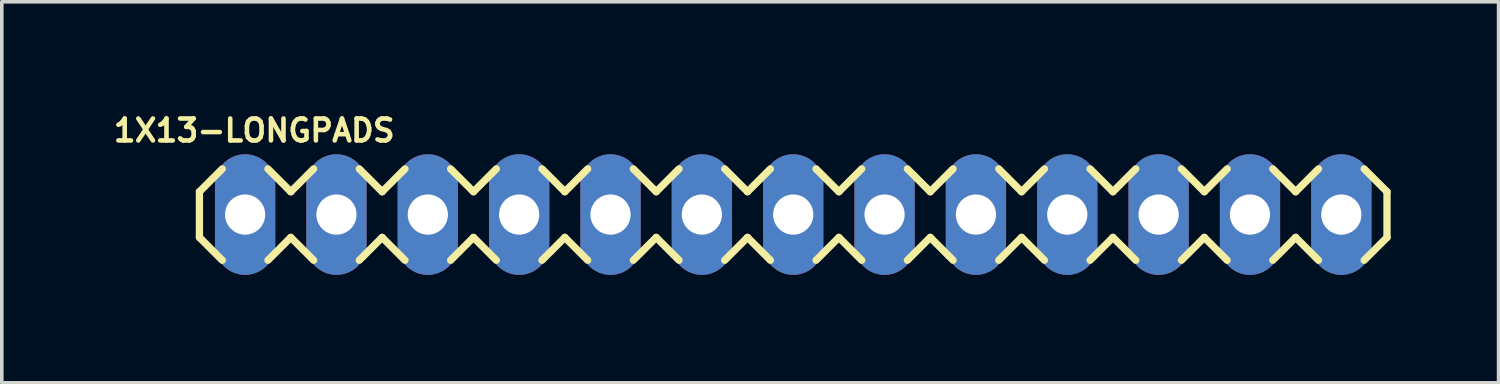
<source format=kicad_pcb>
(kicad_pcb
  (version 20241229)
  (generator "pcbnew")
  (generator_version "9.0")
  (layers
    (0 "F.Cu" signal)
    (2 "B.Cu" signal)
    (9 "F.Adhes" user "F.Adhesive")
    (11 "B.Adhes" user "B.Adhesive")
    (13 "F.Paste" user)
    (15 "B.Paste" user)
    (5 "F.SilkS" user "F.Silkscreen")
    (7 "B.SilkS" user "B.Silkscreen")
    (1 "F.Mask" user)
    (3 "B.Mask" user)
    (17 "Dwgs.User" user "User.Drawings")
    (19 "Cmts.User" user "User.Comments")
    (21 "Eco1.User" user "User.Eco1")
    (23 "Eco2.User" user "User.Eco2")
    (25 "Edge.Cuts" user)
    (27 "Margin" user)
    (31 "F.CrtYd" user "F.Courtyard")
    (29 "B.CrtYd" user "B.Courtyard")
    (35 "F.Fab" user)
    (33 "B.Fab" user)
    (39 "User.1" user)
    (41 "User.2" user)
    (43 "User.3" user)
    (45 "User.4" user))
  (footprint "1X13-LONGPADS"
    (layer "F.Cu")
    (at 3.765 2.916)
    (property "Reference" "1X13-LONGPADS" (at 0.254 -2.337 0) (layer "F.SilkS") (effects (font (size 0.61 0.61) (thickness 0.127))))
    (attr exclude_from_pos_files exclude_from_bom)
    (fp_line (start -1.27 -0.635) (end -1.27 0.635) (stroke (width 0.203) (type solid)) (layer "F.SilkS"))
    (fp_line (start -1.27 0.635) (end -0.635 1.27) (stroke (width 0.203) (type solid)) (layer "F.SilkS"))
    (fp_line (start -0.635 -1.27) (end -1.27 -0.635) (stroke (width 0.203) (type solid)) (layer "F.SilkS"))
    (fp_line (start 0.635 -1.27) (end 1.27 -0.635) (stroke (width 0.203) (type solid)) (layer "F.SilkS"))
    (fp_line (start 1.27 -0.635) (end 1.905 -1.27) (stroke (width 0.203) (type solid)) (layer "F.SilkS"))
    (fp_line (start 1.27 0.635) (end 0.635 1.27) (stroke (width 0.203) (type solid)) (layer "F.SilkS"))
    (fp_line (start 1.905 1.27) (end 1.27 0.635) (stroke (width 0.203) (type solid)) (layer "F.SilkS"))
    (fp_line (start 3.175 -1.27) (end 3.81 -0.635) (stroke (width 0.203) (type solid)) (layer "F.SilkS"))
    (fp_line (start 3.81 -0.635) (end 4.445 -1.27) (stroke (width 0.203) (type solid)) (layer "F.SilkS"))
    (fp_line (start 3.81 0.635) (end 3.175 1.27) (stroke (width 0.203) (type solid)) (layer "F.SilkS"))
    (fp_line (start 4.445 1.27) (end 3.81 0.635) (stroke (width 0.203) (type solid)) (layer "F.SilkS"))
    (fp_line (start 5.715 -1.27) (end 6.35 -0.635) (stroke (width 0.203) (type solid)) (layer "F.SilkS"))
    (fp_line (start 6.35 0.635) (end 5.715 1.27) (stroke (width 0.203) (type solid)) (layer "F.SilkS"))
    (fp_line (start 6.35 0.635) (end 6.985 1.27) (stroke (width 0.203) (type solid)) (layer "F.SilkS"))
    (fp_line (start 6.985 -1.27) (end 6.35 -0.635) (stroke (width 0.203) (type solid)) (layer "F.SilkS"))
    (fp_line (start 8.255 -1.27) (end 8.89 -0.635) (stroke (width 0.203) (type solid)) (layer "F.SilkS"))
    (fp_line (start 8.89 -0.635) (end 9.525 -1.27) (stroke (width 0.203) (type solid)) (layer "F.SilkS"))
    (fp_line (start 8.89 0.635) (end 8.255 1.27) (stroke (width 0.203) (type solid)) (layer "F.SilkS"))
    (fp_line (start 9.525 1.27) (end 8.89 0.635) (stroke (width 0.203) (type solid)) (layer "F.SilkS"))
    (fp_line (start 10.795 -1.27) (end 11.43 -0.635) (stroke (width 0.203) (type solid)) (layer "F.SilkS"))
    (fp_line (start 11.43 -0.635) (end 12.065 -1.27) (stroke (width 0.203) (type solid)) (layer "F.SilkS"))
    (fp_line (start 11.43 0.635) (end 10.795 1.27) (stroke (width 0.203) (type solid)) (layer "F.SilkS"))
    (fp_line (start 12.065 1.27) (end 11.43 0.635) (stroke (width 0.203) (type solid)) (layer "F.SilkS"))
    (fp_line (start 13.335 -1.27) (end 13.97 -0.635) (stroke (width 0.203) (type solid)) (layer "F.SilkS"))
    (fp_line (start 13.97 0.635) (end 13.335 1.27) (stroke (width 0.203) (type solid)) (layer "F.SilkS"))
    (fp_line (start 13.97 0.635) (end 14.605 1.27) (stroke (width 0.203) (type solid)) (layer "F.SilkS"))
    (fp_line (start 14.605 -1.27) (end 13.97 -0.635) (stroke (width 0.203) (type solid)) (layer "F.SilkS"))
    (fp_line (start 15.875 -1.27) (end 16.51 -0.635) (stroke (width 0.203) (type solid)) (layer "F.SilkS"))
    (fp_line (start 16.51 0.635) (end 15.875 1.27) (stroke (width 0.203) (type solid)) (layer "F.SilkS"))
    (fp_line (start 16.51 0.635) (end 17.145 1.27) (stroke (width 0.203) (type solid)) (layer "F.SilkS"))
    (fp_line (start 17.145 -1.27) (end 16.51 -0.635) (stroke (width 0.203) (type solid)) (layer "F.SilkS"))
    (fp_line (start 18.415 -1.27) (end 19.05 -0.635) (stroke (width 0.203) (type solid)) (layer "F.SilkS"))
    (fp_line (start 19.05 -0.635) (end 19.685 -1.27) (stroke (width 0.203) (type solid)) (layer "F.SilkS"))
    (fp_line (start 19.05 0.635) (end 18.415 1.27) (stroke (width 0.203) (type solid)) (layer "F.SilkS"))
    (fp_line (start 19.685 1.27) (end 19.05 0.635) (stroke (width 0.203) (type solid)) (layer "F.SilkS"))
    (fp_line (start 20.955 -1.27) (end 21.59 -0.635) (stroke (width 0.203) (type solid)) (layer "F.SilkS"))
    (fp_line (start 21.59 -0.635) (end 22.225 -1.27) (stroke (width 0.203) (type solid)) (layer "F.SilkS"))
    (fp_line (start 21.59 0.635) (end 20.955 1.27) (stroke (width 0.203) (type solid)) (layer "F.SilkS"))
    (fp_line (start 22.225 1.27) (end 21.59 0.635) (stroke (width 0.203) (type solid)) (layer "F.SilkS"))
    (fp_line (start 23.495 -1.27) (end 24.13 -0.635) (stroke (width 0.203) (type solid)) (layer "F.SilkS"))
    (fp_line (start 24.13 0.635) (end 23.495 1.27) (stroke (width 0.203) (type solid)) (layer "F.SilkS"))
    (fp_line (start 24.13 0.635) (end 24.765 1.27) (stroke (width 0.203) (type solid)) (layer "F.SilkS"))
    (fp_line (start 24.765 -1.27) (end 24.13 -0.635) (stroke (width 0.203) (type solid)) (layer "F.SilkS"))
    (fp_line (start 26.035 -1.27) (end 26.67 -0.635) (stroke (width 0.203) (type solid)) (layer "F.SilkS"))
    (fp_line (start 26.67 -0.635) (end 27.305 -1.27) (stroke (width 0.203) (type solid)) (layer "F.SilkS"))
    (fp_line (start 26.67 0.635) (end 26.035 1.27) (stroke (width 0.203) (type solid)) (layer "F.SilkS"))
    (fp_line (start 27.305 1.27) (end 26.67 0.635) (stroke (width 0.203) (type solid)) (layer "F.SilkS"))
    (fp_line (start 28.575 -1.27) (end 29.21 -0.635) (stroke (width 0.203) (type solid)) (layer "F.SilkS"))
    (fp_line (start 29.21 -0.635) (end 29.845 -1.27) (stroke (width 0.203) (type solid)) (layer "F.SilkS"))
    (fp_line (start 29.21 0.635) (end 28.575 1.27) (stroke (width 0.203) (type solid)) (layer "F.SilkS"))
    (fp_line (start 29.845 1.27) (end 29.21 0.635) (stroke (width 0.203) (type solid)) (layer "F.SilkS"))
    (fp_line (start 31.115 -1.27) (end 31.75 -0.635) (stroke (width 0.203) (type solid)) (layer "F.SilkS"))
    (fp_line (start 31.75 0.635) (end 31.115 1.27) (stroke (width 0.203) (type solid)) (layer "F.SilkS"))
    (fp_line (start 31.75 0.635) (end 31.75 -0.635) (stroke (width 0.203) (type solid)) (layer "F.SilkS"))
    (fp_line (start -0.254 -0.254) (end 0.254 -0.254) (stroke (width 0.066) (type solid)) (layer "Dwgs.User"))
    (fp_line (start -0.254 0.254) (end -0.254 -0.254) (stroke (width 0.066) (type solid)) (layer "Dwgs.User"))
    (fp_line (start -0.254 0.254) (end 0.254 0.254) (stroke (width 0.066) (type solid)) (layer "Dwgs.User"))
    (fp_line (start 0.254 0.254) (end 0.254 -0.254) (stroke (width 0.066) (type solid)) (layer "Dwgs.User"))
    (fp_line (start 2.286 -0.254) (end 2.794 -0.254) (stroke (width 0.066) (type solid)) (layer "Dwgs.User"))
    (fp_line (start 2.286 0.254) (end 2.286 -0.254) (stroke (width 0.066) (type solid)) (layer "Dwgs.User"))
    (fp_line (start 2.286 0.254) (end 2.794 0.254) (stroke (width 0.066) (type solid)) (layer "Dwgs.User"))
    (fp_line (start 2.794 0.254) (end 2.794 -0.254) (stroke (width 0.066) (type solid)) (layer "Dwgs.User"))
    (fp_line (start 4.826 -0.254) (end 5.334 -0.254) (stroke (width 0.066) (type solid)) (layer "Dwgs.User"))
    (fp_line (start 4.826 0.254) (end 4.826 -0.254) (stroke (width 0.066) (type solid)) (layer "Dwgs.User"))
    (fp_line (start 4.826 0.254) (end 5.334 0.254) (stroke (width 0.066) (type solid)) (layer "Dwgs.User"))
    (fp_line (start 5.334 0.254) (end 5.334 -0.254) (stroke (width 0.066) (type solid)) (layer "Dwgs.User"))
    (fp_line (start 7.366 -0.254) (end 7.874 -0.254) (stroke (width 0.066) (type solid)) (layer "Dwgs.User"))
    (fp_line (start 7.366 0.254) (end 7.366 -0.254) (stroke (width 0.066) (type solid)) (layer "Dwgs.User"))
    (fp_line (start 7.366 0.254) (end 7.874 0.254) (stroke (width 0.066) (type solid)) (layer "Dwgs.User"))
    (fp_line (start 7.874 0.254) (end 7.874 -0.254) (stroke (width 0.066) (type solid)) (layer "Dwgs.User"))
    (fp_line (start 9.906 -0.254) (end 10.414 -0.254) (stroke (width 0.066) (type solid)) (layer "Dwgs.User"))
    (fp_line (start 9.906 0.254) (end 9.906 -0.254) (stroke (width 0.066) (type solid)) (layer "Dwgs.User"))
    (fp_line (start 9.906 0.254) (end 10.414 0.254) (stroke (width 0.066) (type solid)) (layer "Dwgs.User"))
    (fp_line (start 10.414 0.254) (end 10.414 -0.254) (stroke (width 0.066) (type solid)) (layer "Dwgs.User"))
    (fp_line (start 12.446 -0.254) (end 12.954 -0.254) (stroke (width 0.066) (type solid)) (layer "Dwgs.User"))
    (fp_line (start 12.446 0.254) (end 12.446 -0.254) (stroke (width 0.066) (type solid)) (layer "Dwgs.User"))
    (fp_line (start 12.446 0.254) (end 12.954 0.254) (stroke (width 0.066) (type solid)) (layer "Dwgs.User"))
    (fp_line (start 12.954 0.254) (end 12.954 -0.254) (stroke (width 0.066) (type solid)) (layer "Dwgs.User"))
    (fp_line (start 14.986 -0.254) (end 15.494 -0.254) (stroke (width 0.066) (type solid)) (layer "Dwgs.User"))
    (fp_line (start 14.986 0.254) (end 14.986 -0.254) (stroke (width 0.066) (type solid)) (layer "Dwgs.User"))
    (fp_line (start 14.986 0.254) (end 15.494 0.254) (stroke (width 0.066) (type solid)) (layer "Dwgs.User"))
    (fp_line (start 15.494 0.254) (end 15.494 -0.254) (stroke (width 0.066) (type solid)) (layer "Dwgs.User"))
    (fp_line (start 17.523 -0.254) (end 18.034 -0.254) (stroke (width 0.066) (type solid)) (layer "Dwgs.User"))
    (fp_line (start 17.523 0.254) (end 17.523 -0.254) (stroke (width 0.066) (type solid)) (layer "Dwgs.User"))
    (fp_line (start 17.523 0.254) (end 18.034 0.254) (stroke (width 0.066) (type solid)) (layer "Dwgs.User"))
    (fp_line (start 18.034 0.254) (end 18.034 -0.254) (stroke (width 0.066) (type solid)) (layer "Dwgs.User"))
    (fp_line (start 20.066 -0.254) (end 20.574 -0.254) (stroke (width 0.066) (type solid)) (layer "Dwgs.User"))
    (fp_line (start 20.066 0.254) (end 20.066 -0.254) (stroke (width 0.066) (type solid)) (layer "Dwgs.User"))
    (fp_line (start 20.066 0.254) (end 20.574 0.254) (stroke (width 0.066) (type solid)) (layer "Dwgs.User"))
    (fp_line (start 20.574 0.254) (end 20.574 -0.254) (stroke (width 0.066) (type solid)) (layer "Dwgs.User"))
    (fp_line (start 22.606 -0.254) (end 23.114 -0.254) (stroke (width 0.066) (type solid)) (layer "Dwgs.User"))
    (fp_line (start 22.606 0.254) (end 22.606 -0.254) (stroke (width 0.066) (type solid)) (layer "Dwgs.User"))
    (fp_line (start 22.606 0.254) (end 23.114 0.254) (stroke (width 0.066) (type solid)) (layer "Dwgs.User"))
    (fp_line (start 23.114 0.254) (end 23.114 -0.254) (stroke (width 0.066) (type solid)) (layer "Dwgs.User"))
    (fp_line (start 25.146 -0.254) (end 25.654 -0.254) (stroke (width 0.066) (type solid)) (layer "Dwgs.User"))
    (fp_line (start 25.146 0.254) (end 25.146 -0.254) (stroke (width 0.066) (type solid)) (layer "Dwgs.User"))
    (fp_line (start 25.146 0.254) (end 25.654 0.254) (stroke (width 0.066) (type solid)) (layer "Dwgs.User"))
    (fp_line (start 25.654 0.254) (end 25.654 -0.254) (stroke (width 0.066) (type solid)) (layer "Dwgs.User"))
    (fp_line (start 27.686 -0.254) (end 28.194 -0.254) (stroke (width 0.066) (type solid)) (layer "Dwgs.User"))
    (fp_line (start 27.686 0.254) (end 27.686 -0.254) (stroke (width 0.066) (type solid)) (layer "Dwgs.User"))
    (fp_line (start 27.686 0.254) (end 28.194 0.254) (stroke (width 0.066) (type solid)) (layer "Dwgs.User"))
    (fp_line (start 28.194 0.254) (end 28.194 -0.254) (stroke (width 0.066) (type solid)) (layer "Dwgs.User"))
    (fp_line (start 30.226 -0.254) (end 30.734 -0.254) (stroke (width 0.066) (type solid)) (layer "Dwgs.User"))
    (fp_line (start 30.226 0.254) (end 30.226 -0.254) (stroke (width 0.066) (type solid)) (layer "Dwgs.User"))
    (fp_line (start 30.226 0.254) (end 30.734 0.254) (stroke (width 0.066) (type solid)) (layer "Dwgs.User"))
    (fp_line (start 30.734 0.254) (end 30.734 -0.254) (stroke (width 0.066) (type solid)) (layer "Dwgs.User"))
    (pad "1" thru_hole oval (at 0 0 180) (size 1.676 3.353) (drill 1.118) (layers "*.Cu" "*.Paste" "*.Mask"))
    (pad "2" thru_hole oval (at 2.54 0 180) (size 1.676 3.353) (drill 1.118) (layers "*.Cu" "*.Paste" "*.Mask"))
    (pad "3" thru_hole oval (at 5.08 0 180) (size 1.676 3.353) (drill 1.118) (layers "*.Cu" "*.Paste" "*.Mask"))
    (pad "4" thru_hole oval (at 7.62 0 180) (size 1.676 3.353) (drill 1.118) (layers "*.Cu" "*.Paste" "*.Mask"))
    (pad "5" thru_hole oval (at 10.16 0 180) (size 1.676 3.353) (drill 1.118) (layers "*.Cu" "*.Paste" "*.Mask"))
    (pad "6" thru_hole oval (at 12.7 0 180) (size 1.676 3.353) (drill 1.118) (layers "*.Cu" "*.Paste" "*.Mask"))
    (pad "7" thru_hole oval (at 15.24 0 180) (size 1.676 3.353) (drill 1.118) (layers "*.Cu" "*.Paste" "*.Mask"))
    (pad "8" thru_hole oval (at 17.78 0 180) (size 1.676 3.353) (drill 1.118) (layers "*.Cu" "*.Paste" "*.Mask"))
    (pad "9" thru_hole oval (at 20.32 0 180) (size 1.676 3.353) (drill 1.118) (layers "*.Cu" "*.Paste" "*.Mask"))
    (pad "10" thru_hole oval (at 22.86 0 180) (size 1.676 3.353) (drill 1.118) (layers "*.Cu" "*.Paste" "*.Mask"))
    (pad "11" thru_hole oval (at 25.4 0 180) (size 1.676 3.353) (drill 1.118) (layers "*.Cu" "*.Paste" "*.Mask"))
    (pad "12" thru_hole oval (at 27.94 0 180) (size 1.676 3.353) (drill 1.118) (layers "*.Cu" "*.Paste" "*.Mask"))
    (pad "13" thru_hole oval (at 30.48 0 180) (size 1.676 3.353) (drill 1.118) (layers "*.Cu" "*.Paste" "*.Mask")))
  (gr_rect
    (start -3 -3)
    (end 38.617 7.593)
    (stroke (width 0.1) (type default))
    (fill no)
    (layer "Edge.Cuts")))
</source>
